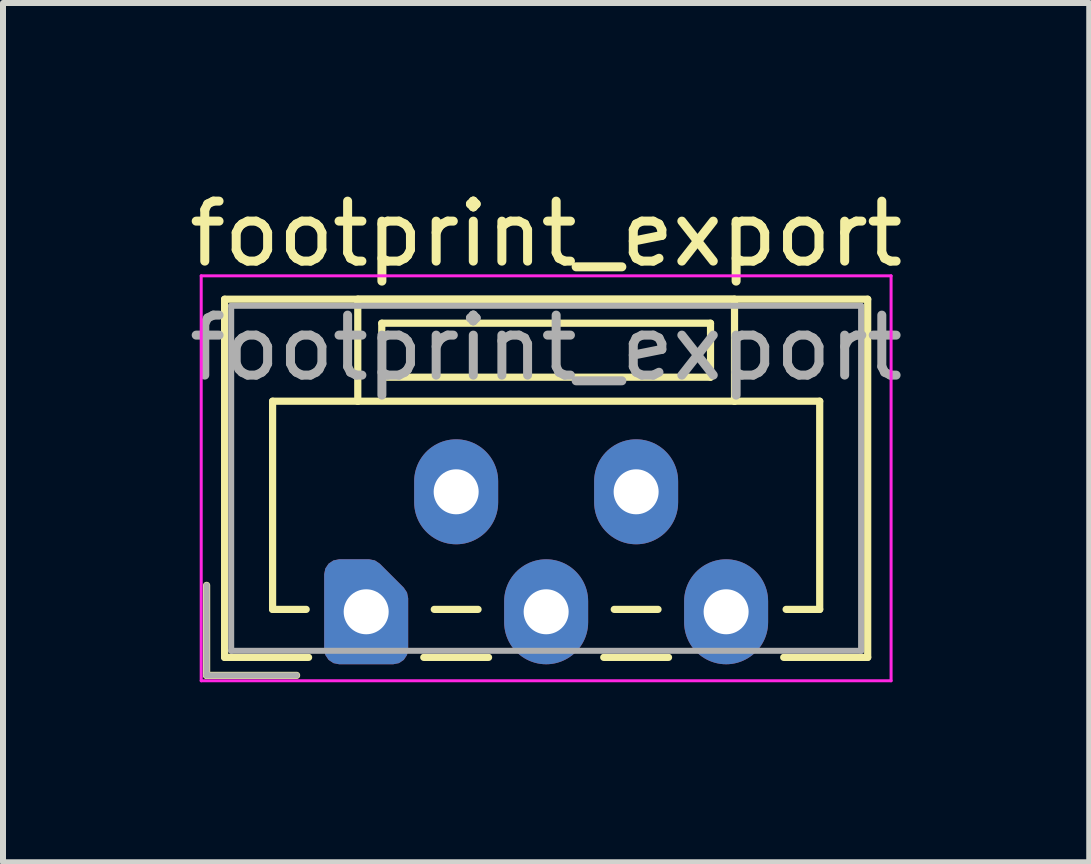
<source format=kicad_pcb>
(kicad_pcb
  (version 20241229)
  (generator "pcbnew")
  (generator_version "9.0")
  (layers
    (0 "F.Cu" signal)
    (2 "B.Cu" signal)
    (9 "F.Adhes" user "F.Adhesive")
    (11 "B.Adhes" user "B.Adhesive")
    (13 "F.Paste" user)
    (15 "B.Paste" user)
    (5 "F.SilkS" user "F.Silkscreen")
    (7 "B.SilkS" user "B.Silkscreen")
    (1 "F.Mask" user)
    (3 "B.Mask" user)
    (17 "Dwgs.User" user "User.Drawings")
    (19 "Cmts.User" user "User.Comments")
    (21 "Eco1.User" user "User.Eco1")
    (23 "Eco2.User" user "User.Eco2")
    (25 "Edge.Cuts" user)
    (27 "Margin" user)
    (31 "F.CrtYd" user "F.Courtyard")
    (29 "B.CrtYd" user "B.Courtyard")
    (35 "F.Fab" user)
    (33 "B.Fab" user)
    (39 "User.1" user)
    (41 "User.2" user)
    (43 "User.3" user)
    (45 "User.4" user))
  (footprint "footprint_export"
    (layer "F.Cu")
    (at 3.054 7.148)
    (property "Reference" "footprint_export" (at 3 -6.3 0) (layer "F.SilkS") (effects (font (size 1 1) (thickness 0.15))))
    (attr through_hole)
    (fp_line (start -2.66 -0.44) (end -2.66 1.06) (stroke (width 0.12) (type solid)) (layer "F.SilkS"))
    (fp_line (start -2.66 1.06) (end -1.16 1.06) (stroke (width 0.12) (type solid)) (layer "F.SilkS"))
    (fp_line (start -2.36 -5.21) (end 8.36 -5.21) (stroke (width 0.12) (type solid)) (layer "F.SilkS"))
    (fp_line (start -2.36 0.76) (end -2.36 -5.21) (stroke (width 0.12) (type solid)) (layer "F.SilkS"))
    (fp_line (start -1.56 -3.51) (end -1.56 -0.04) (stroke (width 0.12) (type solid)) (layer "F.SilkS"))
    (fp_line (start -1.56 -0.04) (end -1 -0.04) (stroke (width 0.12) (type solid)) (layer "F.SilkS"))
    (fp_line (start -0.96 0.76) (end -2.36 0.76) (stroke (width 0.12) (type solid)) (layer "F.SilkS"))
    (fp_line (start -0.14 -5.21) (end -0.14 -3.51) (stroke (width 0.12) (type solid)) (layer "F.SilkS"))
    (fp_line (start -0.14 -3.51) (end -1.56 -3.51) (stroke (width 0.12) (type solid)) (layer "F.SilkS"))
    (fp_line (start -0.14 -3.51) (end 6.14 -3.51) (stroke (width 0.12) (type solid)) (layer "F.SilkS"))
    (fp_line (start 0.26 -4.81) (end 0.26 -3.91) (stroke (width 0.12) (type solid)) (layer "F.SilkS"))
    (fp_line (start 0.26 -3.91) (end 5.74 -3.91) (stroke (width 0.12) (type solid)) (layer "F.SilkS"))
    (fp_line (start 0.96 0.76) (end 2.04 0.76) (stroke (width 0.12) (type solid)) (layer "F.SilkS"))
    (fp_line (start 1.135 -0.04) (end 1.865 -0.04) (stroke (width 0.12) (type solid)) (layer "F.SilkS"))
    (fp_line (start 3.96 0.76) (end 5.04 0.76) (stroke (width 0.12) (type solid)) (layer "F.SilkS"))
    (fp_line (start 4.135 -0.04) (end 4.865 -0.04) (stroke (width 0.12) (type solid)) (layer "F.SilkS"))
    (fp_line (start 5.74 -4.81) (end 0.26 -4.81) (stroke (width 0.12) (type solid)) (layer "F.SilkS"))
    (fp_line (start 5.74 -3.91) (end 5.74 -4.81) (stroke (width 0.12) (type solid)) (layer "F.SilkS"))
    (fp_line (start 6.14 -5.21) (end -0.14 -5.21) (stroke (width 0.12) (type solid)) (layer "F.SilkS"))
    (fp_line (start 6.14 -3.51) (end 6.14 -5.21) (stroke (width 0.12) (type solid)) (layer "F.SilkS"))
    (fp_line (start 6.14 -3.51) (end 7.56 -3.51) (stroke (width 0.12) (type solid)) (layer "F.SilkS"))
    (fp_line (start 7.56 -3.51) (end 7.56 -0.04) (stroke (width 0.12) (type solid)) (layer "F.SilkS"))
    (fp_line (start 7.56 -0.04) (end 7 -0.04) (stroke (width 0.12) (type solid)) (layer "F.SilkS"))
    (fp_line (start 8.36 -5.21) (end 8.36 0.76) (stroke (width 0.12) (type solid)) (layer "F.SilkS"))
    (fp_line (start 8.36 0.76) (end 6.96 0.76) (stroke (width 0.12) (type solid)) (layer "F.SilkS"))
    (fp_line (start -2.75 -5.6) (end -2.75 1.15) (stroke (width 0.05) (type solid)) (layer "F.CrtYd"))
    (fp_line (start -2.75 1.15) (end 8.75 1.15) (stroke (width 0.05) (type solid)) (layer "F.CrtYd"))
    (fp_line (start 8.75 -5.6) (end -2.75 -5.6) (stroke (width 0.05) (type solid)) (layer "F.CrtYd"))
    (fp_line (start 8.75 1.15) (end 8.75 -5.6) (stroke (width 0.05) (type solid)) (layer "F.CrtYd"))
    (fp_line (start -2.66 -0.44) (end -2.66 1.06) (stroke (width 0.1) (type solid)) (layer "F.Fab"))
    (fp_line (start -2.66 1.06) (end -1.16 1.06) (stroke (width 0.1) (type solid)) (layer "F.Fab"))
    (fp_line (start -2.25 -5.1) (end -2.25 0.65) (stroke (width 0.1) (type solid)) (layer "F.Fab"))
    (fp_line (start -2.25 0.65) (end 8.25 0.65) (stroke (width 0.1) (type solid)) (layer "F.Fab"))
    (fp_line (start 8.25 -5.1) (end -2.25 -5.1) (stroke (width 0.1) (type solid)) (layer "F.Fab"))
    (fp_line (start 8.25 0.65) (end 8.25 -5.1) (stroke (width 0.1) (type solid)) (layer "F.Fab"))
    (fp_text user "${REFERENCE}" (at 3 -4.4 0) (layer "F.Fab") (effects (font (size 1 1) (thickness 0.15))))
    (pad "1" thru_hole custom (at 0 0) (size 1.117 1.117) (drill 0.75) (layers "*.Cu" "*.Mask") (options (anchor circle)) (primitives (gr_poly (pts (xy 0.45 -0.225) (xy 0.45 0.625) (xy -0.45 0.625) (xy -0.45 -0.625) (xy 0.05 -0.625)) (width 0.5) (fill yes))))
    (pad "2" thru_hole oval (at 1.5 -2) (size 1.4 1.75) (drill 0.75) (layers "*.Cu" "*.Mask"))
    (pad "3" thru_hole oval (at 3 0) (size 1.4 1.75) (drill 0.75) (layers "*.Cu" "*.Mask"))
    (pad "4" thru_hole oval (at 4.5 -2) (size 1.4 1.75) (drill 0.75) (layers "*.Cu" "*.Mask"))
    (pad "5" thru_hole oval (at 6 0) (size 1.4 1.75) (drill 0.75) (layers "*.Cu" "*.Mask")))
  (gr_rect
    (start -3 -3)
    (end 15.107 11.323)
    (stroke (width 0.1) (type default))
    (fill no)
    (layer "Edge.Cuts")))
</source>
